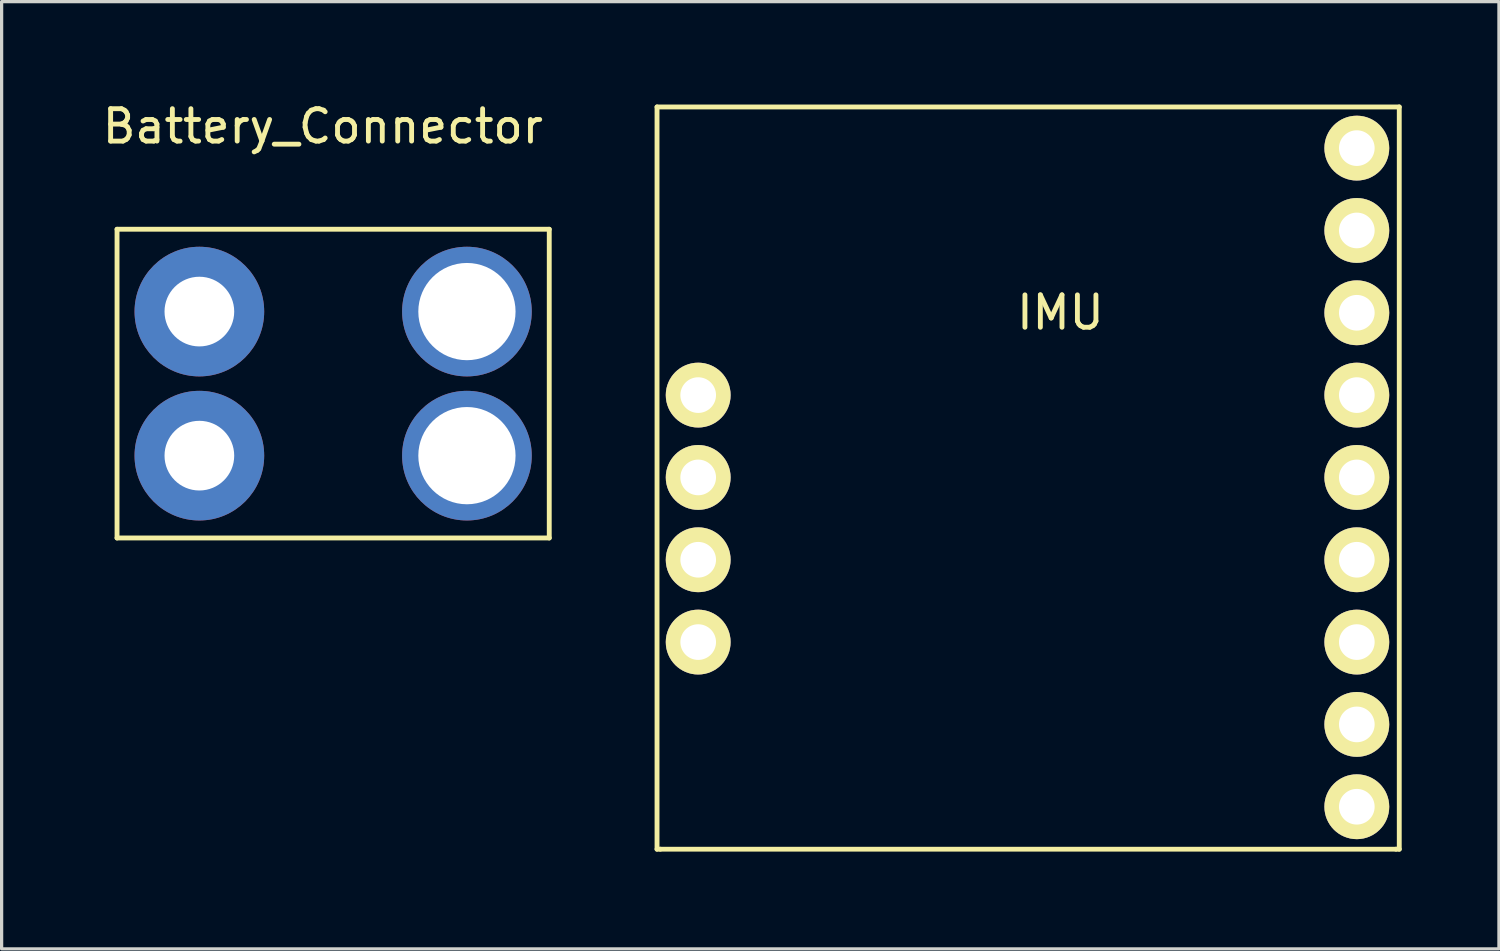
<source format=kicad_pcb>
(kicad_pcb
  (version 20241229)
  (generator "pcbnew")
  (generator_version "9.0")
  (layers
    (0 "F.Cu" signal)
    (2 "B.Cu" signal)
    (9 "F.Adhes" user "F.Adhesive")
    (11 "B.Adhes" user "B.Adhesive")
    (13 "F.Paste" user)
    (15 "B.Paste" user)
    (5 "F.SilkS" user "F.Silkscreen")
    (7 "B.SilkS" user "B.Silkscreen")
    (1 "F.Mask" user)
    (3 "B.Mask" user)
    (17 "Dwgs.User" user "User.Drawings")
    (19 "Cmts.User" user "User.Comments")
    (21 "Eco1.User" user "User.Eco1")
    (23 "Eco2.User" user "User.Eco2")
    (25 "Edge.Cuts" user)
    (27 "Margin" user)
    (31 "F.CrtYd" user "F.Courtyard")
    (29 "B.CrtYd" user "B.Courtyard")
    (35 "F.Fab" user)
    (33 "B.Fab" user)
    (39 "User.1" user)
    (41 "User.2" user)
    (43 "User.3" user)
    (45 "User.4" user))
  (footprint "IMU"
    (layer "F.Cu")
    (at 17.221 0.25)
    (property "Reference" "IMU" (at 12.446 6.342 0) (layer "F.SilkS") (effects (font (size 1 1) (thickness 0.15))))
    (attr through_hole)
    (fp_line (start 0 22.9) (end 0 0) (stroke (width 0.15) (type solid)) (layer "F.SilkS"))
    (fp_line (start 0.1 22.9) (end 0 22.9) (stroke (width 0.15) (type solid)) (layer "F.SilkS"))
    (fp_line (start 0.1 22.9) (end 22.8 22.9) (stroke (width 0.15) (type solid)) (layer "F.SilkS"))
    (fp_line (start 22.8 22.9) (end 22.9 22.9) (stroke (width 0.15) (type solid)) (layer "F.SilkS"))
    (fp_line (start 22.9 0) (end 0 0) (stroke (width 0.15) (type solid)) (layer "F.SilkS"))
    (fp_line (start 22.9 22.9) (end 22.9 0) (stroke (width 0.15) (type solid)) (layer "F.SilkS"))
    (pad "1" thru_hole circle (at 21.59 1.27) (size 2 2) (drill 1.1) (layers "*.Cu" "*.Mask" "F.SilkS"))
    (pad "2" thru_hole circle (at 21.59 3.81) (size 2 2) (drill 1.1) (layers "*.Cu" "*.Mask" "F.SilkS"))
    (pad "3" thru_hole circle (at 21.59 6.35) (size 2 2) (drill 1.1) (layers "*.Cu" "*.Mask" "F.SilkS"))
    (pad "4" thru_hole circle (at 21.59 8.89) (size 2 2) (drill 1.1) (layers "*.Cu" "*.Mask" "F.SilkS"))
    (pad "5" thru_hole circle (at 21.59 11.43) (size 2 2) (drill 1.1) (layers "*.Cu" "*.Mask" "F.SilkS"))
    (pad "6" thru_hole circle (at 21.59 13.97) (size 2 2) (drill 1.1) (layers "*.Cu" "*.Mask" "F.SilkS"))
    (pad "7" thru_hole circle (at 21.59 16.51) (size 2 2) (drill 1.1) (layers "*.Cu" "*.Mask" "F.SilkS"))
    (pad "8" thru_hole circle (at 21.59 19.05) (size 2 2) (drill 1.1) (layers "*.Cu" "*.Mask" "F.SilkS"))
    (pad "9" thru_hole circle (at 21.59 21.59) (size 2 2) (drill 1.1) (layers "*.Cu" "*.Mask" "F.SilkS"))
    (pad "10" thru_hole circle (at 1.27 8.89) (size 2 2) (drill 1.1) (layers "*.Cu" "*.Mask" "F.SilkS"))
    (pad "11" thru_hole circle (at 1.27 11.43) (size 2 2) (drill 1.1) (layers "*.Cu" "*.Mask" "F.SilkS"))
    (pad "12" thru_hole circle (at 1.27 13.97) (size 2 2) (drill 1.1) (layers "*.Cu" "*.Mask" "F.SilkS"))
    (pad "13" thru_hole circle (at 1.27 16.51) (size 2 2) (drill 1.1) (layers "*.Cu" "*.Mask" "F.SilkS")))
  (footprint "Battery_Connector"
    (layer "F.Cu")
    (at 3.101 1.483)
    (property "Reference" "Battery_Connector" (at 3.81 -0.635 0) (layer "F.SilkS") (effects (font (size 1 1) (thickness 0.15))))
    (attr through_hole)
    (fp_line (start -2.54 2.54) (end 10.795 2.54) (stroke (width 0.15) (type solid)) (layer "F.SilkS"))
    (fp_line (start -2.54 12.065) (end -2.54 2.54) (stroke (width 0.15) (type solid)) (layer "F.SilkS"))
    (fp_line (start 10.795 2.54) (end 10.795 12.065) (stroke (width 0.15) (type solid)) (layer "F.SilkS"))
    (fp_line (start 10.795 12.065) (end -2.54 12.065) (stroke (width 0.15) (type solid)) (layer "F.SilkS"))
    (pad "" np_thru_hole circle (at 8.255 5.08) (size 4 4) (drill 3) (layers "*.Cu" "*.Mask"))
    (pad "" np_thru_hole circle (at 8.255 9.525) (size 4 4) (drill 3) (layers "*.Cu" "*.Mask"))
    (pad "1" thru_hole circle (at 0 5.08) (size 4 4) (drill 2.15) (layers "*.Cu" "*.Mask"))
    (pad "2" thru_hole circle (at 0 9.525) (size 4 4) (drill 2.15) (layers "*.Cu" "*.Mask")))
  (gr_rect
    (start -3 -3)
    (end 43.196 26.225)
    (stroke (width 0.1) (type default))
    (fill no)
    (layer "Edge.Cuts")))
</source>
